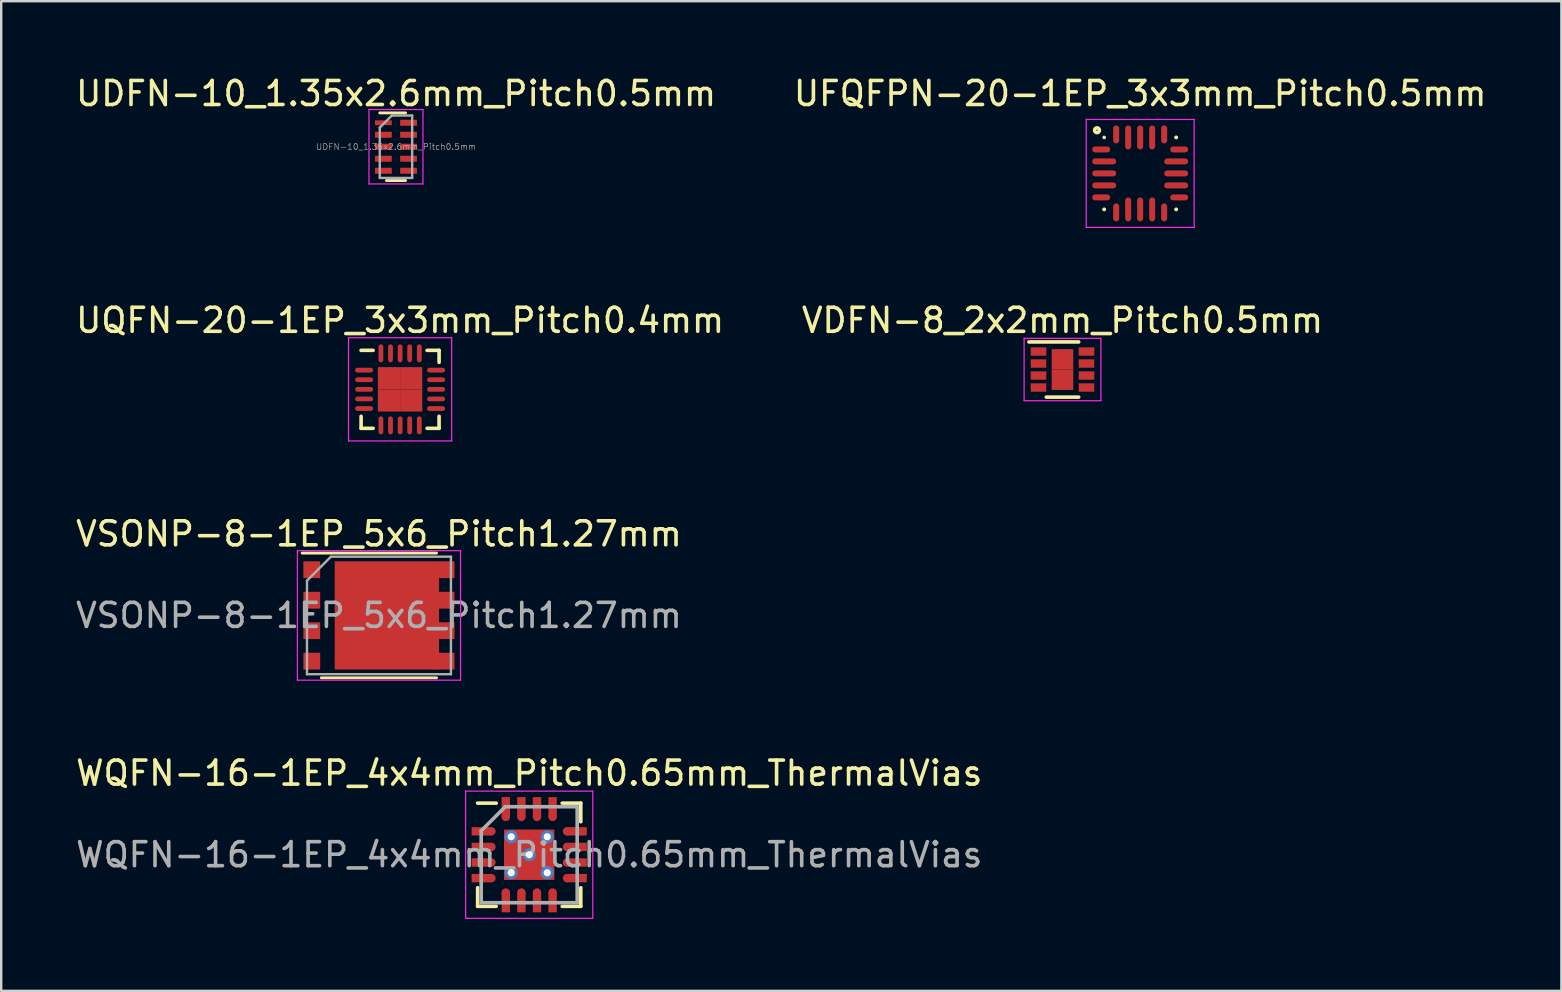
<source format=kicad_pcb>
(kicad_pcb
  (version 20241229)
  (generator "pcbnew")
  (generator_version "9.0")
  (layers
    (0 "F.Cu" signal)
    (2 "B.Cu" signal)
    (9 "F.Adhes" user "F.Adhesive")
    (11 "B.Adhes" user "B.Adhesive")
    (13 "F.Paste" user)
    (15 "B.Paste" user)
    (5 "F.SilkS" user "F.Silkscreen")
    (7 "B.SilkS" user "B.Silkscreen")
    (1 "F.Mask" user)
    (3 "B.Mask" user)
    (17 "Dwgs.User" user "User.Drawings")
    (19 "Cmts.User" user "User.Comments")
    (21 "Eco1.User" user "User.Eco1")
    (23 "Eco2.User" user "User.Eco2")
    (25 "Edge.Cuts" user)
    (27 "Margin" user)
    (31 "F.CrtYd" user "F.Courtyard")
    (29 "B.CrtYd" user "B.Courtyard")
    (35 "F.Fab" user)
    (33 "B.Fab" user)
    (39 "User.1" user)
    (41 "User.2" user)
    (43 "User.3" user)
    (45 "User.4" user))
  (footprint "UFQFPN-20-1EP_3x3mm_Pitch0.5mm"
    (layer "F.Cu")
    (at 44.47 4.178)
    (property "Reference" "UFQFPN-20-1EP_3x3mm_Pitch0.5mm" (at 0 -3.33 0) (layer "F.SilkS") (effects (font (size 1 1) (thickness 0.15))))
    (attr through_hole)
    (fp_line (start -1.5 -1.5) (end -1.5 -1.5) (stroke (width 0.15) (type solid)) (layer "F.SilkS"))
    (fp_line (start -1.5 1.5) (end -1.5 1.5) (stroke (width 0.15) (type solid)) (layer "F.SilkS"))
    (fp_line (start -1.5 1.5) (end -1.5 1.5) (stroke (width 0.15) (type solid)) (layer "F.SilkS"))
    (fp_line (start 1.5 -1.5) (end 1.5 -1.5) (stroke (width 0.15) (type solid)) (layer "F.SilkS"))
    (fp_line (start 1.5 -1.5) (end 1.5 -1.5) (stroke (width 0.15) (type solid)) (layer "F.SilkS"))
    (fp_line (start 1.5 1.5) (end 1.5 1.5) (stroke (width 0.15) (type solid)) (layer "F.SilkS"))
    (fp_line (start 1.5 1.5) (end 1.5 1.5) (stroke (width 0.15) (type solid)) (layer "F.SilkS"))
    (fp_circle (center -1.8 -1.8) (end -1.8 -1.7) (stroke (width 0.15) (type solid)) (fill no) (layer "F.SilkS"))
    (fp_line (start -2.25 -2.25) (end 2.25 -2.25) (stroke (width 0.05) (type solid)) (layer "F.CrtYd"))
    (fp_line (start -2.25 2.25) (end -2.25 -2.25) (stroke (width 0.05) (type solid)) (layer "F.CrtYd"))
    (fp_line (start 2.25 -2.25) (end 2.25 2.25) (stroke (width 0.05) (type solid)) (layer "F.CrtYd"))
    (fp_line (start 2.25 2.25) (end -2.25 2.25) (stroke (width 0.05) (type solid)) (layer "F.CrtYd"))
    (pad "1" smd oval (at -1.625 -1 90) (size 0.25 0.75) (layers "F.Cu" "F.Mask" "F.Paste"))
    (pad "2" smd oval (at -1.5 -0.5 90) (size 0.25 1) (layers "F.Cu" "F.Mask" "F.Paste"))
    (pad "3" smd oval (at -1.5 0 90) (size 0.25 1) (layers "F.Cu" "F.Mask" "F.Paste"))
    (pad "4" smd oval (at -1.5 0.5 90) (size 0.25 1) (layers "F.Cu" "F.Mask" "F.Paste"))
    (pad "5" smd oval (at -1.625 1 90) (size 0.25 0.75) (layers "F.Cu" "F.Mask" "F.Paste"))
    (pad "6" smd oval (at -1 1.625) (size 0.25 0.75) (layers "F.Cu" "F.Mask" "F.Paste"))
    (pad "7" smd oval (at -0.5 1.5) (size 0.25 1) (layers "F.Cu" "F.Mask" "F.Paste"))
    (pad "8" smd oval (at 0 1.5) (size 0.25 1) (layers "F.Cu" "F.Mask" "F.Paste"))
    (pad "9" smd oval (at 0.5 1.5) (size 0.25 1) (layers "F.Cu" "F.Mask" "F.Paste"))
    (pad "10" smd oval (at 1 1.625) (size 0.25 0.75) (layers "F.Cu" "F.Mask" "F.Paste"))
    (pad "11" smd oval (at 1.625 1 90) (size 0.25 0.75) (layers "F.Cu" "F.Mask" "F.Paste"))
    (pad "12" smd oval (at 1.5 0.5 90) (size 0.25 1) (layers "F.Cu" "F.Mask" "F.Paste"))
    (pad "13" smd oval (at 1.5 0 90) (size 0.25 1) (layers "F.Cu" "F.Mask" "F.Paste"))
    (pad "14" smd oval (at 1.5 -0.5 90) (size 0.25 1) (layers "F.Cu" "F.Mask" "F.Paste"))
    (pad "15" smd oval (at 1.625 -1 90) (size 0.25 0.75) (layers "F.Cu" "F.Mask" "F.Paste"))
    (pad "16" smd oval (at 1 -1.625) (size 0.25 0.75) (layers "F.Cu" "F.Mask" "F.Paste"))
    (pad "17" smd oval (at 0.5 -1.5) (size 0.25 1) (layers "F.Cu" "F.Mask" "F.Paste"))
    (pad "18" smd oval (at 0 -1.5) (size 0.25 1) (layers "F.Cu" "F.Mask" "F.Paste"))
    (pad "19" smd oval (at -0.5 -1.5) (size 0.25 1) (layers "F.Cu" "F.Mask" "F.Paste"))
    (pad "20" smd oval (at -1 -1.625) (size 0.25 0.75) (layers "F.Cu" "F.Mask" "F.Paste")))
  (footprint "UDFN-10_1.35x2.6mm_Pitch0.5mm"
    (layer "F.Cu")
    (at 13.453 3.066)
    (property "Reference" "UDFN-10_1.35x2.6mm_Pitch0.5mm" (at 0.005 -2.217 0) (layer "F.SilkS") (effects (font (size 1 1) (thickness 0.15))))
    (attr smd)
    (fp_line (start -0.675 -1.41) (end 0.4 -1.41) (stroke (width 0.12) (type solid)) (layer "F.SilkS"))
    (fp_line (start -0.4 1.41) (end 0.4 1.41) (stroke (width 0.12) (type solid)) (layer "F.SilkS"))
    (fp_line (start -1.125 -1.55) (end -1.125 1.55) (stroke (width 0.05) (type solid)) (layer "F.CrtYd"))
    (fp_line (start -1.125 -1.55) (end 1.125 -1.55) (stroke (width 0.05) (type solid)) (layer "F.CrtYd"))
    (fp_line (start -1.125 1.55) (end 1.125 1.55) (stroke (width 0.05) (type solid)) (layer "F.CrtYd"))
    (fp_line (start 1.125 -1.55) (end 1.125 1.55) (stroke (width 0.05) (type solid)) (layer "F.CrtYd"))
    (fp_line (start -0.675 -0.8) (end -0.175 -1.3) (stroke (width 0.1) (type solid)) (layer "F.Fab"))
    (fp_line (start -0.675 1.3) (end -0.675 -0.8) (stroke (width 0.1) (type solid)) (layer "F.Fab"))
    (fp_line (start -0.175 -1.3) (end 0.675 -1.3) (stroke (width 0.1) (type solid)) (layer "F.Fab"))
    (fp_line (start 0.675 -1.3) (end 0.675 1.3) (stroke (width 0.1) (type solid)) (layer "F.Fab"))
    (fp_line (start 0.675 1.3) (end -0.675 1.3) (stroke (width 0.1) (type solid)) (layer "F.Fab"))
    (fp_text user "${REFERENCE}" (at 0 0 0) (layer "F.Fab") (effects (font (size 0.25 0.25) (thickness 0.025))))
    (pad "1" smd rect (at -0.525 -1) (size 0.7 0.2) (layers "F.Cu" "F.Mask" "F.Paste"))
    (pad "2" smd rect (at -0.525 -0.5) (size 0.7 0.25) (layers "F.Cu" "F.Mask" "F.Paste"))
    (pad "3" smd rect (at -0.525 0) (size 0.7 0.25) (layers "F.Cu" "F.Mask" "F.Paste"))
    (pad "4" smd rect (at -0.525 0.5) (size 0.7 0.25) (layers "F.Cu" "F.Mask" "F.Paste"))
    (pad "5" smd rect (at -0.525 1) (size 0.7 0.25) (layers "F.Cu" "F.Mask" "F.Paste"))
    (pad "6" smd rect (at 0.525 1) (size 0.7 0.25) (layers "F.Cu" "F.Mask" "F.Paste"))
    (pad "7" smd rect (at 0.525 0.5) (size 0.7 0.25) (layers "F.Cu" "F.Mask" "F.Paste"))
    (pad "8" smd rect (at 0.525 0) (size 0.7 0.25) (layers "F.Cu" "F.Mask" "F.Paste"))
    (pad "9" smd rect (at 0.525 -0.5) (size 0.7 0.25) (layers "F.Cu" "F.Mask" "F.Paste"))
    (pad "10" smd rect (at 0.525 -1) (size 0.7 0.25) (layers "F.Cu" "F.Mask" "F.Paste")))
  (footprint "UQFN-20-1EP_3x3mm_Pitch0.4mm"
    (layer "F.Cu")
    (at 13.625 13.177)
    (property "Reference" "UQFN-20-1EP_3x3mm_Pitch0.4mm" (at 0 -2.875 0) (layer "F.SilkS") (effects (font (size 1 1) (thickness 0.15))))
    (attr smd)
    (fp_line (start -1.625 -1.625) (end -1.125 -1.625) (stroke (width 0.15) (type solid)) (layer "F.SilkS"))
    (fp_line (start -1.625 1.625) (end -1.625 1.125) (stroke (width 0.15) (type solid)) (layer "F.SilkS"))
    (fp_line (start -1.625 1.625) (end -1.125 1.625) (stroke (width 0.15) (type solid)) (layer "F.SilkS"))
    (fp_line (start 1.625 -1.625) (end 1.125 -1.625) (stroke (width 0.15) (type solid)) (layer "F.SilkS"))
    (fp_line (start 1.625 -1.625) (end 1.625 -1.125) (stroke (width 0.15) (type solid)) (layer "F.SilkS"))
    (fp_line (start 1.625 1.625) (end 1.125 1.625) (stroke (width 0.15) (type solid)) (layer "F.SilkS"))
    (fp_line (start 1.625 1.625) (end 1.625 1.125) (stroke (width 0.15) (type solid)) (layer "F.SilkS"))
    (fp_line (start -2.15 -2.15) (end -2.15 2.15) (stroke (width 0.05) (type solid)) (layer "F.CrtYd"))
    (fp_line (start -2.15 -2.15) (end 2.15 -2.15) (stroke (width 0.05) (type solid)) (layer "F.CrtYd"))
    (fp_line (start -2.15 2.15) (end 2.15 2.15) (stroke (width 0.05) (type solid)) (layer "F.CrtYd"))
    (fp_line (start 2.15 -2.15) (end 2.15 2.15) (stroke (width 0.05) (type solid)) (layer "F.CrtYd"))
    (pad "1" smd oval (at -1.5 -0.8) (size 0.75 0.2) (layers "F.Cu" "F.Mask" "F.Paste"))
    (pad "2" smd oval (at -1.5 -0.4) (size 0.75 0.2) (layers "F.Cu" "F.Mask" "F.Paste"))
    (pad "3" smd oval (at -1.5 0) (size 0.75 0.2) (layers "F.Cu" "F.Mask" "F.Paste"))
    (pad "4" smd oval (at -1.5 0.4) (size 0.75 0.2) (layers "F.Cu" "F.Mask" "F.Paste"))
    (pad "5" smd oval (at -1.5 0.8) (size 0.75 0.2) (layers "F.Cu" "F.Mask" "F.Paste"))
    (pad "6" smd oval (at -0.8 1.5 90) (size 0.75 0.2) (layers "F.Cu" "F.Mask" "F.Paste"))
    (pad "7" smd oval (at -0.4 1.5 90) (size 0.75 0.2) (layers "F.Cu" "F.Mask" "F.Paste"))
    (pad "8" smd oval (at 0 1.5 90) (size 0.75 0.2) (layers "F.Cu" "F.Mask" "F.Paste"))
    (pad "9" smd oval (at 0.4 1.5 90) (size 0.75 0.2) (layers "F.Cu" "F.Mask" "F.Paste"))
    (pad "10" smd oval (at 0.8 1.5 90) (size 0.75 0.2) (layers "F.Cu" "F.Mask" "F.Paste"))
    (pad "11" smd oval (at 1.5 0.8) (size 0.75 0.2) (layers "F.Cu" "F.Mask" "F.Paste"))
    (pad "12" smd oval (at 1.5 0.4) (size 0.75 0.2) (layers "F.Cu" "F.Mask" "F.Paste"))
    (pad "13" smd oval (at 1.5 0) (size 0.75 0.2) (layers "F.Cu" "F.Mask" "F.Paste"))
    (pad "14" smd oval (at 1.5 -0.4) (size 0.75 0.2) (layers "F.Cu" "F.Mask" "F.Paste"))
    (pad "15" smd oval (at 1.5 -0.8) (size 0.75 0.2) (layers "F.Cu" "F.Mask" "F.Paste"))
    (pad "16" smd oval (at 0.8 -1.5 90) (size 0.75 0.2) (layers "F.Cu" "F.Mask" "F.Paste"))
    (pad "17" smd oval (at 0.4 -1.5 90) (size 0.75 0.2) (layers "F.Cu" "F.Mask" "F.Paste"))
    (pad "18" smd oval (at 0 -1.5 90) (size 0.75 0.2) (layers "F.Cu" "F.Mask" "F.Paste"))
    (pad "19" smd oval (at -0.4 -1.5 90) (size 0.75 0.2) (layers "F.Cu" "F.Mask" "F.Paste"))
    (pad "20" smd oval (at -0.8 -1.5 90) (size 0.75 0.2) (layers "F.Cu" "F.Mask" "F.Paste"))
    (pad "21" smd rect (at -0.463 -0.463) (size 0.925 0.925) (layers "F.Cu" "F.Mask" "F.Paste"))
    (pad "21" smd rect (at -0.463 0.463) (size 0.925 0.925) (layers "F.Cu" "F.Mask" "F.Paste"))
    (pad "21" smd rect (at 0.463 -0.463) (size 0.925 0.925) (layers "F.Cu" "F.Mask" "F.Paste"))
    (pad "21" smd rect (at 0.463 0.463) (size 0.925 0.925) (layers "F.Cu" "F.Mask" "F.Paste")))
  (footprint "VSONP-8-1EP_5x6_Pitch1.27mm"
    (layer "F.Cu")
    (at 12.744 22.6)
    (property "Reference" "VSONP-8-1EP_5x6_Pitch1.27mm" (at 0 -3.4 0) (layer "F.SilkS") (effects (font (size 1 1) (thickness 0.15))))
    (attr smd)
    (fp_line (start 2.4 -2.6) (end -3.2 -2.6) (stroke (width 0.12) (type solid)) (layer "F.SilkS"))
    (fp_line (start 2.4 2.6) (end -2.4 2.6) (stroke (width 0.12) (type solid)) (layer "F.SilkS"))
    (fp_line (start -3.4 -2.7) (end 3.4 -2.7) (stroke (width 0.05) (type solid)) (layer "F.CrtYd"))
    (fp_line (start -3.4 2.7) (end -3.4 -2.7) (stroke (width 0.05) (type solid)) (layer "F.CrtYd"))
    (fp_line (start 3.4 -2.7) (end 3.4 2.7) (stroke (width 0.05) (type solid)) (layer "F.CrtYd"))
    (fp_line (start 3.4 2.7) (end -3.4 2.7) (stroke (width 0.05) (type solid)) (layer "F.CrtYd"))
    (fp_line (start -3 -1.45) (end -3 2.45) (stroke (width 0.1) (type solid)) (layer "F.Fab"))
    (fp_line (start -2 -2.45) (end -3 -1.45) (stroke (width 0.1) (type solid)) (layer "F.Fab"))
    (fp_line (start -2 -2.45) (end 3 -2.45) (stroke (width 0.1) (type solid)) (layer "F.Fab"))
    (fp_line (start 3 -2.45) (end 3 2.45) (stroke (width 0.1) (type solid)) (layer "F.Fab"))
    (fp_line (start 3 2.45) (end -3 2.45) (stroke (width 0.1) (type solid)) (layer "F.Fab"))
    (fp_text user "${REFERENCE}" (at 0 0 0) (layer "F.Fab") (effects (font (size 1 1) (thickness 0.15))))
    (pad "1" smd rect (at -2.8 -1.905) (size 0.7 0.7) (layers "F.Cu" "F.Mask" "F.Paste"))
    (pad "1" smd rect (at -2.8 -0.635) (size 0.7 0.7) (layers "F.Cu" "F.Mask" "F.Paste"))
    (pad "1" smd rect (at -2.8 0.635) (size 0.7 0.7) (layers "F.Cu" "F.Mask" "F.Paste"))
    (pad "2" smd rect (at -2.8 1.905) (size 0.7 0.7) (layers "F.Cu" "F.Mask" "F.Paste"))
    (pad "3" smd rect (at -0.797 -1.095) (size 1.235 1.57) (layers "F.Cu" "F.Mask" "F.Paste"))
    (pad "3" smd rect (at -0.797 1.095) (size 1.235 1.57) (layers "F.Cu" "F.Mask" "F.Paste"))
    (pad "3" smd rect (at 0.33 0) (size 4.35 4.51) (layers "F.Cu" "F.Mask" "F.Paste"))
    (pad "3" smd rect (at 1.113 -1.095) (size 1.585 1.57) (layers "F.Cu" "F.Mask" "F.Paste"))
    (pad "3" smd rect (at 1.113 1.095) (size 1.585 1.57) (layers "F.Cu" "F.Mask" "F.Paste"))
    (pad "3" smd rect (at 2.8 -1.905) (size 0.7 0.7) (layers "F.Cu" "F.Mask" "F.Paste"))
    (pad "3" smd rect (at 2.8 -0.635) (size 0.7 0.7) (layers "F.Cu" "F.Mask" "F.Paste"))
    (pad "3" smd rect (at 2.8 0.635) (size 0.7 0.7) (layers "F.Cu" "F.Mask" "F.Paste"))
    (pad "3" smd rect (at 2.8 1.905) (size 0.7 0.7) (layers "F.Cu" "F.Mask" "F.Paste")))
  (footprint "WQFN-16-1EP_4x4mm_Pitch0.65mm_ThermalVias"
    (layer "F.Cu")
    (at 19.006 32.573)
    (property "Reference" "WQFN-16-1EP_4x4mm_Pitch0.65mm_ThermalVias" (at 0 -3.4 0) (layer "F.SilkS") (effects (font (size 1 1) (thickness 0.15))))
    (attr smd)
    (fp_line (start -2.15 -2.15) (end -1.375 -2.15) (stroke (width 0.15) (type solid)) (layer "F.SilkS"))
    (fp_line (start -2.15 2.15) (end -2.15 1.375) (stroke (width 0.15) (type solid)) (layer "F.SilkS"))
    (fp_line (start -2.15 2.15) (end -1.375 2.15) (stroke (width 0.15) (type solid)) (layer "F.SilkS"))
    (fp_line (start 2.15 -2.15) (end 1.375 -2.15) (stroke (width 0.15) (type solid)) (layer "F.SilkS"))
    (fp_line (start 2.15 -2.15) (end 2.15 -1.375) (stroke (width 0.15) (type solid)) (layer "F.SilkS"))
    (fp_line (start 2.15 2.15) (end 1.375 2.15) (stroke (width 0.15) (type solid)) (layer "F.SilkS"))
    (fp_line (start 2.15 2.15) (end 2.15 1.375) (stroke (width 0.15) (type solid)) (layer "F.SilkS"))
    (fp_line (start -2.65 -2.65) (end -2.65 2.65) (stroke (width 0.05) (type solid)) (layer "F.CrtYd"))
    (fp_line (start -2.65 -2.65) (end 2.65 -2.65) (stroke (width 0.05) (type solid)) (layer "F.CrtYd"))
    (fp_line (start -2.65 2.65) (end 2.65 2.65) (stroke (width 0.05) (type solid)) (layer "F.CrtYd"))
    (fp_line (start 2.65 -2.65) (end 2.65 2.65) (stroke (width 0.05) (type solid)) (layer "F.CrtYd"))
    (fp_line (start -2 -1) (end -1 -2) (stroke (width 0.15) (type solid)) (layer "F.Fab"))
    (fp_line (start -2 2) (end -2 -1) (stroke (width 0.15) (type solid)) (layer "F.Fab"))
    (fp_line (start -1 -2) (end 2 -2) (stroke (width 0.15) (type solid)) (layer "F.Fab"))
    (fp_line (start 2 -2) (end 2 2) (stroke (width 0.15) (type solid)) (layer "F.Fab"))
    (fp_line (start 2 2) (end -2 2) (stroke (width 0.15) (type solid)) (layer "F.Fab"))
    (fp_text user "${REFERENCE}" (at 0 0 0) (layer "F.Fab") (effects (font (size 1 1) (thickness 0.15))))
    (pad "1" smd rect (at -1.988 -0.975) (size 0.825 0.35) (layers "F.Cu" "F.Mask" "F.Paste"))
    (pad "1" smd circle (at -1.575 -0.975) (size 0.35 0.35) (layers "F.Cu" "F.Mask" "F.Paste"))
    (pad "2" smd rect (at -1.988 -0.325) (size 0.825 0.35) (layers "F.Cu" "F.Mask" "F.Paste"))
    (pad "2" smd circle (at -1.575 -0.325) (size 0.35 0.35) (layers "F.Cu" "F.Mask" "F.Paste"))
    (pad "3" smd rect (at -1.988 0.325) (size 0.825 0.35) (layers "F.Cu" "F.Mask" "F.Paste"))
    (pad "3" smd circle (at -1.575 0.325) (size 0.35 0.35) (layers "F.Cu" "F.Mask" "F.Paste"))
    (pad "4" smd rect (at -1.988 0.975) (size 0.825 0.35) (layers "F.Cu" "F.Mask" "F.Paste"))
    (pad "4" smd circle (at -1.575 0.975) (size 0.35 0.35) (layers "F.Cu" "F.Mask" "F.Paste"))
    (pad "5" smd circle (at -0.975 1.575 90) (size 0.35 0.35) (layers "F.Cu" "F.Mask" "F.Paste"))
    (pad "5" smd rect (at -0.975 1.988 90) (size 0.825 0.35) (layers "F.Cu" "F.Mask" "F.Paste"))
    (pad "6" smd circle (at -0.325 1.575 90) (size 0.35 0.35) (layers "F.Cu" "F.Mask" "F.Paste"))
    (pad "6" smd rect (at -0.325 1.988 90) (size 0.825 0.35) (layers "F.Cu" "F.Mask" "F.Paste"))
    (pad "7" smd circle (at 0.325 1.575 90) (size 0.35 0.35) (layers "F.Cu" "F.Mask" "F.Paste"))
    (pad "7" smd rect (at 0.325 1.988 90) (size 0.825 0.35) (layers "F.Cu" "F.Mask" "F.Paste"))
    (pad "8" smd circle (at 0.975 1.575 90) (size 0.35 0.35) (layers "F.Cu" "F.Mask" "F.Paste"))
    (pad "8" smd rect (at 0.975 1.988 90) (size 0.825 0.35) (layers "F.Cu" "F.Mask" "F.Paste"))
    (pad "9" smd circle (at 1.575 0.975) (size 0.35 0.35) (layers "F.Cu" "F.Mask" "F.Paste"))
    (pad "9" smd rect (at 1.988 0.975) (size 0.825 0.35) (layers "F.Cu" "F.Mask" "F.Paste"))
    (pad "10" smd circle (at 1.575 0.325) (size 0.35 0.35) (layers "F.Cu" "F.Mask" "F.Paste"))
    (pad "10" smd rect (at 1.988 0.325) (size 0.825 0.35) (layers "F.Cu" "F.Mask" "F.Paste"))
    (pad "11" smd circle (at 1.575 -0.325) (size 0.35 0.35) (layers "F.Cu" "F.Mask" "F.Paste"))
    (pad "11" smd rect (at 1.988 -0.325) (size 0.825 0.35) (layers "F.Cu" "F.Mask" "F.Paste"))
    (pad "12" smd circle (at 1.575 -0.975) (size 0.35 0.35) (layers "F.Cu" "F.Mask" "F.Paste"))
    (pad "12" smd rect (at 1.988 -0.975) (size 0.825 0.35) (layers "F.Cu" "F.Mask" "F.Paste"))
    (pad "13" smd rect (at 0.975 -1.988 90) (size 0.825 0.35) (layers "F.Cu" "F.Mask" "F.Paste"))
    (pad "13" smd circle (at 0.975 -1.575 90) (size 0.35 0.35) (layers "F.Cu" "F.Mask" "F.Paste"))
    (pad "14" smd rect (at 0.325 -1.988 90) (size 0.825 0.35) (layers "F.Cu" "F.Mask" "F.Paste"))
    (pad "14" smd circle (at 0.325 -1.575 90) (size 0.35 0.35) (layers "F.Cu" "F.Mask" "F.Paste"))
    (pad "15" smd rect (at -0.325 -1.988 90) (size 0.825 0.35) (layers "F.Cu" "F.Mask" "F.Paste"))
    (pad "15" smd circle (at -0.325 -1.575 90) (size 0.35 0.35) (layers "F.Cu" "F.Mask" "F.Paste"))
    (pad "16" smd rect (at -0.975 -1.988 90) (size 0.825 0.35) (layers "F.Cu" "F.Mask" "F.Paste"))
    (pad "16" smd circle (at -0.975 -1.575 90) (size 0.35 0.35) (layers "F.Cu" "F.Mask" "F.Paste"))
    (pad "17" thru_hole circle (at -0.75 -0.75) (size 0.55 0.55) (drill 0.3) (layers "*.Cu" "*.Mask"))
    (pad "17" thru_hole circle (at -0.75 0.75) (size 0.55 0.55) (drill 0.3) (layers "*.Cu" "*.Mask"))
    (pad "17" thru_hole circle (at 0 0) (size 0.55 0.55) (drill 0.3) (layers "*.Cu" "*.Mask"))
    (pad "17" smd rect (at 0 0) (size 2.1 2.1) (layers "F.Cu" "F.Mask" "F.Paste"))
    (pad "17" thru_hole circle (at 0.75 -0.75) (size 0.55 0.55) (drill 0.3) (layers "*.Cu" "*.Mask"))
    (pad "17" thru_hole circle (at 0.75 0.75) (size 0.55 0.55) (drill 0.3) (layers "*.Cu" "*.Mask")))
  (footprint "VDFN-8_2x2mm_Pitch0.5mm"
    (layer "F.Cu")
    (at 41.232 12.351)
    (property "Reference" "VDFN-8_2x2mm_Pitch0.5mm" (at 0 -2.05 0) (layer "F.SilkS") (effects (font (size 1 1) (thickness 0.15))))
    (attr smd)
    (fp_line (start -1.4 -1.15) (end 0.675 -1.15) (stroke (width 0.15) (type solid)) (layer "F.SilkS"))
    (fp_line (start -0.675 1.15) (end 0.675 1.15) (stroke (width 0.15) (type solid)) (layer "F.SilkS"))
    (fp_line (start -1.6 -1.3) (end -1.6 1.3) (stroke (width 0.05) (type solid)) (layer "F.CrtYd"))
    (fp_line (start -1.6 -1.3) (end 1.6 -1.3) (stroke (width 0.05) (type solid)) (layer "F.CrtYd"))
    (fp_line (start -1.6 1.3) (end 1.6 1.3) (stroke (width 0.05) (type solid)) (layer "F.CrtYd"))
    (fp_line (start 1.6 -1.3) (end 1.6 1.3) (stroke (width 0.05) (type solid)) (layer "F.CrtYd"))
    (pad "1" smd rect (at -1 -0.75) (size 0.65 0.35) (layers "F.Cu" "F.Mask" "F.Paste"))
    (pad "2" smd rect (at -1 -0.25) (size 0.65 0.35) (layers "F.Cu" "F.Mask" "F.Paste"))
    (pad "3" smd rect (at -1 0.25) (size 0.65 0.35) (layers "F.Cu" "F.Mask" "F.Paste"))
    (pad "4" smd rect (at -1 0.75) (size 0.65 0.35) (layers "F.Cu" "F.Mask" "F.Paste"))
    (pad "5" smd rect (at 1 0.75) (size 0.65 0.35) (layers "F.Cu" "F.Mask" "F.Paste"))
    (pad "6" smd rect (at 1 0.25) (size 0.65 0.35) (layers "F.Cu" "F.Mask" "F.Paste"))
    (pad "7" smd rect (at 1 -0.25) (size 0.65 0.35) (layers "F.Cu" "F.Mask" "F.Paste"))
    (pad "8" smd rect (at 1 -0.75) (size 0.65 0.35) (layers "F.Cu" "F.Mask" "F.Paste"))
    (pad "9" smd rect (at 0 -0.425) (size 0.9 0.85) (layers "F.Cu" "F.Mask" "F.Paste"))
    (pad "9" smd rect (at 0 0.425) (size 0.9 0.85) (layers "F.Cu" "F.Mask" "F.Paste")))
  (gr_rect
    (start -3 -3)
    (end 62.024 38.248)
    (stroke (width 0.1) (type default))
    (fill no)
    (layer "Edge.Cuts")))
</source>
